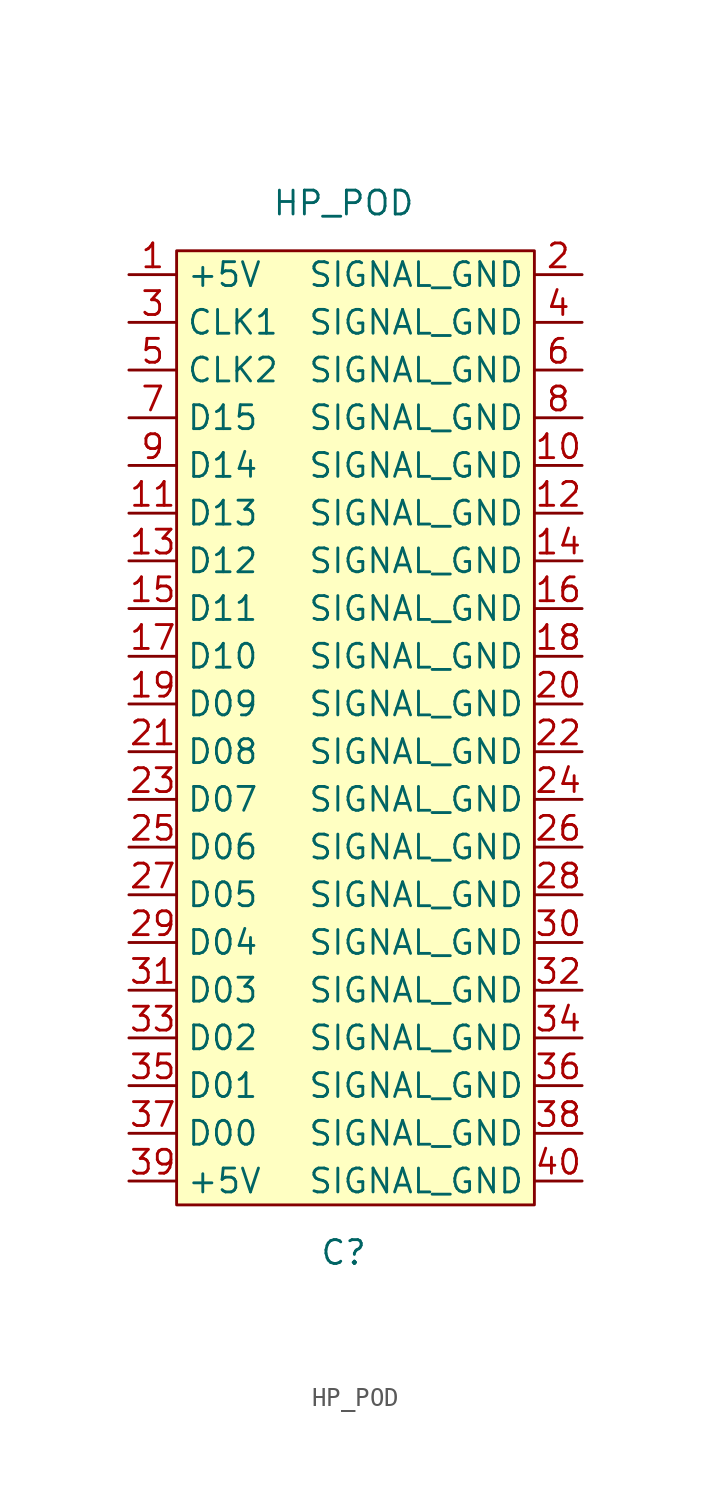
<source format=kicad_sym>
(kicad_symbol_lib
  (version 20211014)
  (generator kicad_symbol_editor)
  (symbol "HP_POD"
    (property "Reference" "C"
      (at 5.08 -55.88 0)
      (effects (font (size 1.27 1.27))))
    (property "Value" "HP_POD"
      (at 5.08 0 0)
      (effects (font (size 1.27 1.27))))
    (symbol "HP_POD_0_1"
      (rectangle (start -3.81 -2.54) (end 15.24 -53.34) (stroke (width 0) (type default) (color 0 0 0 0)) (fill (type background))))
    (symbol "HP_POD_1_1"
      (pin output line (at -6.35 -3.81 0) (length 2.54) (name "+5V" (effects (font (size 1.27 1.27)))) (number "1" (effects (font (size 1.27 1.27)))))
      (pin output line (at 17.78 -13.97 180) (length 2.54) (name "SIGNAL_GND" (effects (font (size 1.27 1.27)))) (number "10" (effects (font (size 1.27 1.27)))))
      (pin input line (at -6.35 -16.51 0) (length 2.54) (name "D13" (effects (font (size 1.27 1.27)))) (number "11" (effects (font (size 1.27 1.27)))))
      (pin output line (at 17.78 -16.51 180) (length 2.54) (name "SIGNAL_GND" (effects (font (size 1.27 1.27)))) (number "12" (effects (font (size 1.27 1.27)))))
      (pin input line (at -6.35 -19.05 0) (length 2.54) (name "D12" (effects (font (size 1.27 1.27)))) (number "13" (effects (font (size 1.27 1.27)))))
      (pin output line (at 17.78 -19.05 180) (length 2.54) (name "SIGNAL_GND" (effects (font (size 1.27 1.27)))) (number "14" (effects (font (size 1.27 1.27)))))
      (pin input line (at -6.35 -21.59 0) (length 2.54) (name "D11" (effects (font (size 1.27 1.27)))) (number "15" (effects (font (size 1.27 1.27)))))
      (pin output line (at 17.78 -21.59 180) (length 2.54) (name "SIGNAL_GND" (effects (font (size 1.27 1.27)))) (number "16" (effects (font (size 1.27 1.27)))))
      (pin input line (at -6.35 -24.13 0) (length 2.54) (name "D10" (effects (font (size 1.27 1.27)))) (number "17" (effects (font (size 1.27 1.27)))))
      (pin output line (at 17.78 -24.13 180) (length 2.54) (name "SIGNAL_GND" (effects (font (size 1.27 1.27)))) (number "18" (effects (font (size 1.27 1.27)))))
      (pin input line (at -6.35 -26.67 0) (length 2.54) (name "D09" (effects (font (size 1.27 1.27)))) (number "19" (effects (font (size 1.27 1.27)))))
      (pin output line (at 17.78 -3.81 180) (length 2.54) (name "SIGNAL_GND" (effects (font (size 1.27 1.27)))) (number "2" (effects (font (size 1.27 1.27)))))
      (pin output line (at 17.78 -26.67 180) (length 2.54) (name "SIGNAL_GND" (effects (font (size 1.27 1.27)))) (number "20" (effects (font (size 1.27 1.27)))))
      (pin input line (at -6.35 -29.21 0) (length 2.54) (name "D08" (effects (font (size 1.27 1.27)))) (number "21" (effects (font (size 1.27 1.27)))))
      (pin output line (at 17.78 -29.21 180) (length 2.54) (name "SIGNAL_GND" (effects (font (size 1.27 1.27)))) (number "22" (effects (font (size 1.27 1.27)))))
      (pin input line (at -6.35 -31.75 0) (length 2.54) (name "D07" (effects (font (size 1.27 1.27)))) (number "23" (effects (font (size 1.27 1.27)))))
      (pin output line (at 17.78 -31.75 180) (length 2.54) (name "SIGNAL_GND" (effects (font (size 1.27 1.27)))) (number "24" (effects (font (size 1.27 1.27)))))
      (pin input line (at -6.35 -34.29 0) (length 2.54) (name "D06" (effects (font (size 1.27 1.27)))) (number "25" (effects (font (size 1.27 1.27)))))
      (pin output line (at 17.78 -34.29 180) (length 2.54) (name "SIGNAL_GND" (effects (font (size 1.27 1.27)))) (number "26" (effects (font (size 1.27 1.27)))))
      (pin input line (at -6.35 -36.83 0) (length 2.54) (name "D05" (effects (font (size 1.27 1.27)))) (number "27" (effects (font (size 1.27 1.27)))))
      (pin output line (at 17.78 -36.83 180) (length 2.54) (name "SIGNAL_GND" (effects (font (size 1.27 1.27)))) (number "28" (effects (font (size 1.27 1.27)))))
      (pin input line (at -6.35 -39.37 0) (length 2.54) (name "D04" (effects (font (size 1.27 1.27)))) (number "29" (effects (font (size 1.27 1.27)))))
      (pin input line (at -6.35 -6.35 0) (length 2.54) (name "CLK1" (effects (font (size 1.27 1.27)))) (number "3" (effects (font (size 1.27 1.27)))))
      (pin output line (at 17.78 -39.37 180) (length 2.54) (name "SIGNAL_GND" (effects (font (size 1.27 1.27)))) (number "30" (effects (font (size 1.27 1.27)))))
      (pin input line (at -6.35 -41.91 0) (length 2.54) (name "D03" (effects (font (size 1.27 1.27)))) (number "31" (effects (font (size 1.27 1.27)))))
      (pin output line (at 17.78 -41.91 180) (length 2.54) (name "SIGNAL_GND" (effects (font (size 1.27 1.27)))) (number "32" (effects (font (size 1.27 1.27)))))
      (pin input line (at -6.35 -44.45 0) (length 2.54) (name "D02" (effects (font (size 1.27 1.27)))) (number "33" (effects (font (size 1.27 1.27)))))
      (pin output line (at 17.78 -44.45 180) (length 2.54) (name "SIGNAL_GND" (effects (font (size 1.27 1.27)))) (number "34" (effects (font (size 1.27 1.27)))))
      (pin input line (at -6.35 -46.99 0) (length 2.54) (name "D01" (effects (font (size 1.27 1.27)))) (number "35" (effects (font (size 1.27 1.27)))))
      (pin output line (at 17.78 -46.99 180) (length 2.54) (name "SIGNAL_GND" (effects (font (size 1.27 1.27)))) (number "36" (effects (font (size 1.27 1.27)))))
      (pin input line (at -6.35 -49.53 0) (length 2.54) (name "D00" (effects (font (size 1.27 1.27)))) (number "37" (effects (font (size 1.27 1.27)))))
      (pin output line (at 17.78 -49.53 180) (length 2.54) (name "SIGNAL_GND" (effects (font (size 1.27 1.27)))) (number "38" (effects (font (size 1.27 1.27)))))
      (pin output line (at -6.35 -52.07 0) (length 2.54) (name "+5V" (effects (font (size 1.27 1.27)))) (number "39" (effects (font (size 1.27 1.27)))))
      (pin output line (at 17.78 -6.35 180) (length 2.54) (name "SIGNAL_GND" (effects (font (size 1.27 1.27)))) (number "4" (effects (font (size 1.27 1.27)))))
      (pin output line (at 17.78 -52.07 180) (length 2.54) (name "SIGNAL_GND" (effects (font (size 1.27 1.27)))) (number "40" (effects (font (size 1.27 1.27)))))
      (pin input line (at -6.35 -8.89 0) (length 2.54) (name "CLK2" (effects (font (size 1.27 1.27)))) (number "5" (effects (font (size 1.27 1.27)))))
      (pin output line (at 17.78 -8.89 180) (length 2.54) (name "SIGNAL_GND" (effects (font (size 1.27 1.27)))) (number "6" (effects (font (size 1.27 1.27)))))
      (pin input line (at -6.35 -11.43 0) (length 2.54) (name "D15" (effects (font (size 1.27 1.27)))) (number "7" (effects (font (size 1.27 1.27)))))
      (pin output line (at 17.78 -11.43 180) (length 2.54) (name "SIGNAL_GND" (effects (font (size 1.27 1.27)))) (number "8" (effects (font (size 1.27 1.27)))))
      (pin input line (at -6.35 -13.97 0) (length 2.54) (name "D14" (effects (font (size 1.27 1.27)))) (number "9" (effects (font (size 1.27 1.27))))))))
</source>
